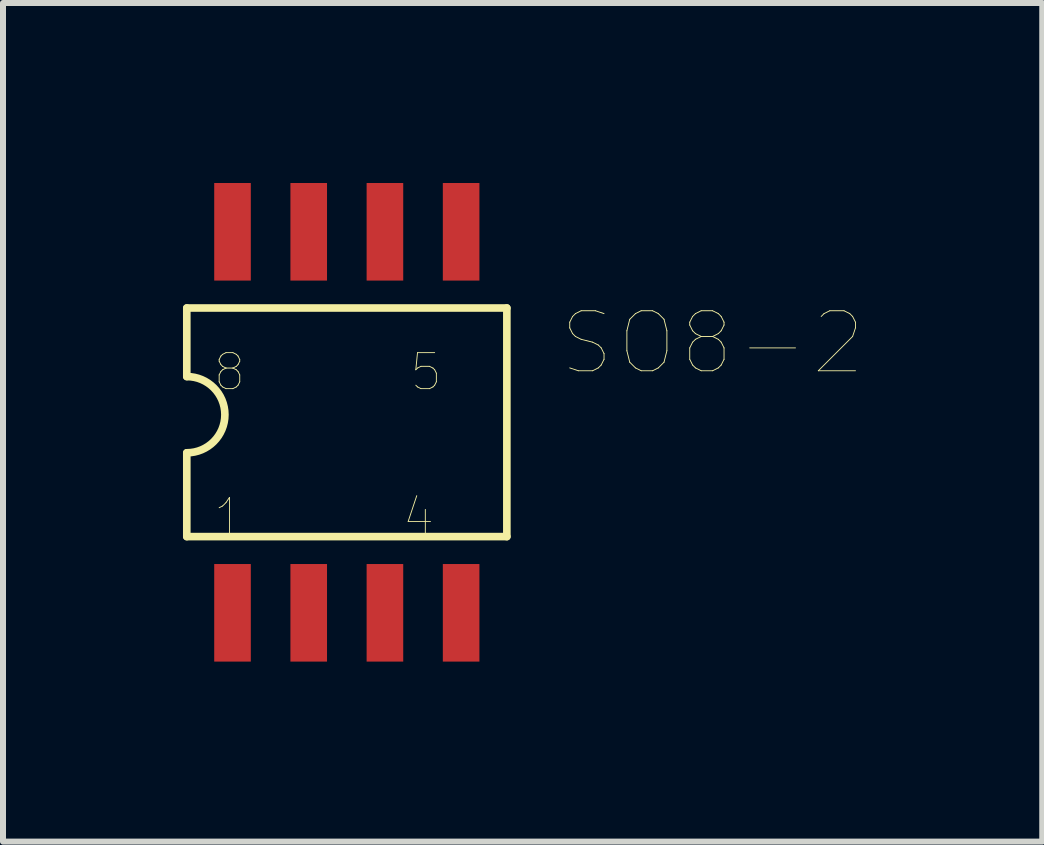
<source format=kicad_pcb>
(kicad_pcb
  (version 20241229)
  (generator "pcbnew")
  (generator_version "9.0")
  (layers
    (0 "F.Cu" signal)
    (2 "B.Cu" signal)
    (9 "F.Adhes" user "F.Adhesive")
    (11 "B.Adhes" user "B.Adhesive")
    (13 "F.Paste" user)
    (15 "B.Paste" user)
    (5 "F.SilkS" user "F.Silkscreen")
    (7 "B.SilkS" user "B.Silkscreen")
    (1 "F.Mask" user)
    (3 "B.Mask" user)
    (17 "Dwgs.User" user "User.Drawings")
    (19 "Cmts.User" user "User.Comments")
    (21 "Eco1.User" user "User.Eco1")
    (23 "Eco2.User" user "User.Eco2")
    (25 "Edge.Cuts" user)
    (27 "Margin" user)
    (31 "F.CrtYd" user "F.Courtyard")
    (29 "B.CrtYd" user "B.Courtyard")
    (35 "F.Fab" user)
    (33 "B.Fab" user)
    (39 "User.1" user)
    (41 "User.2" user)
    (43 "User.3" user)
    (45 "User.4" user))
  (footprint "SO8-2"
    (layer "F.Cu")
    (at 3.365 4.623)
    (property "Reference" "SO8-2" (at 5.461 -1.956 0) (layer "F.SilkS") (effects (font (size 1 1) (thickness 0.015))))
    (attr through_hole)
    (fp_line (start -3.302 -2.54) (end -3.302 -1.397) (stroke (width 0.127) (type solid)) (layer "F.SilkS"))
    (fp_line (start -3.302 -2.54) (end 2.032 -2.54) (stroke (width 0.127) (type solid)) (layer "F.SilkS"))
    (fp_line (start -3.302 -0.127) (end -3.302 1.27) (stroke (width 0.127) (type solid)) (layer "F.SilkS"))
    (fp_line (start 2.032 1.27) (end -3.302 1.27) (stroke (width 0.127) (type solid)) (layer "F.SilkS"))
    (fp_line (start 2.032 1.27) (end 2.032 -2.54) (stroke (width 0.127) (type solid)) (layer "F.SilkS"))
    (fp_arc (start -3.302 -1.397) (mid -2.667 -0.762) (end -3.302 -0.127) (stroke (width 0.127) (type solid)) (layer "F.SilkS"))
    (fp_text user "4" (at 0.559 0.94 0) (layer "F.SilkS") (effects (font (size 0.6 0.6) (thickness 0.015))))
    (fp_text user "1" (at -2.591 0.94 0) (layer "F.SilkS") (effects (font (size 0.6 0.6) (thickness 0.015))))
    (fp_text user "8" (at -2.591 -1.473 0) (layer "F.SilkS") (effects (font (size 0.6 0.6) (thickness 0.015))))
    (fp_text user "5" (at 0.686 -1.473 0) (layer "F.SilkS") (effects (font (size 0.6 0.6) (thickness 0.015))))
    (pad "1" smd rect (at -2.54 2.54) (size 0.61 1.626) (layers "F.Cu" "F.Mask" "F.Paste"))
    (pad "2" smd rect (at -1.27 2.54) (size 0.61 1.626) (layers "F.Cu" "F.Mask" "F.Paste"))
    (pad "3" smd rect (at 0 2.54) (size 0.61 1.626) (layers "F.Cu" "F.Mask" "F.Paste"))
    (pad "4" smd rect (at 1.27 2.54) (size 0.61 1.626) (layers "F.Cu" "F.Mask" "F.Paste"))
    (pad "5" smd rect (at 1.27 -3.81) (size 0.61 1.626) (layers "F.Cu" "F.Mask" "F.Paste"))
    (pad "6" smd rect (at 0 -3.81) (size 0.61 1.626) (layers "F.Cu" "F.Mask" "F.Paste"))
    (pad "7" smd rect (at -1.27 -3.81) (size 0.61 1.626) (layers "F.Cu" "F.Mask" "F.Paste"))
    (pad "8" smd rect (at -2.54 -3.81) (size 0.61 1.626) (layers "F.Cu" "F.Mask" "F.Paste")))
  (gr_rect
    (start -3 -3)
    (end 14.32 10.976)
    (stroke (width 0.1) (type default))
    (fill no)
    (layer "Edge.Cuts")))
</source>
